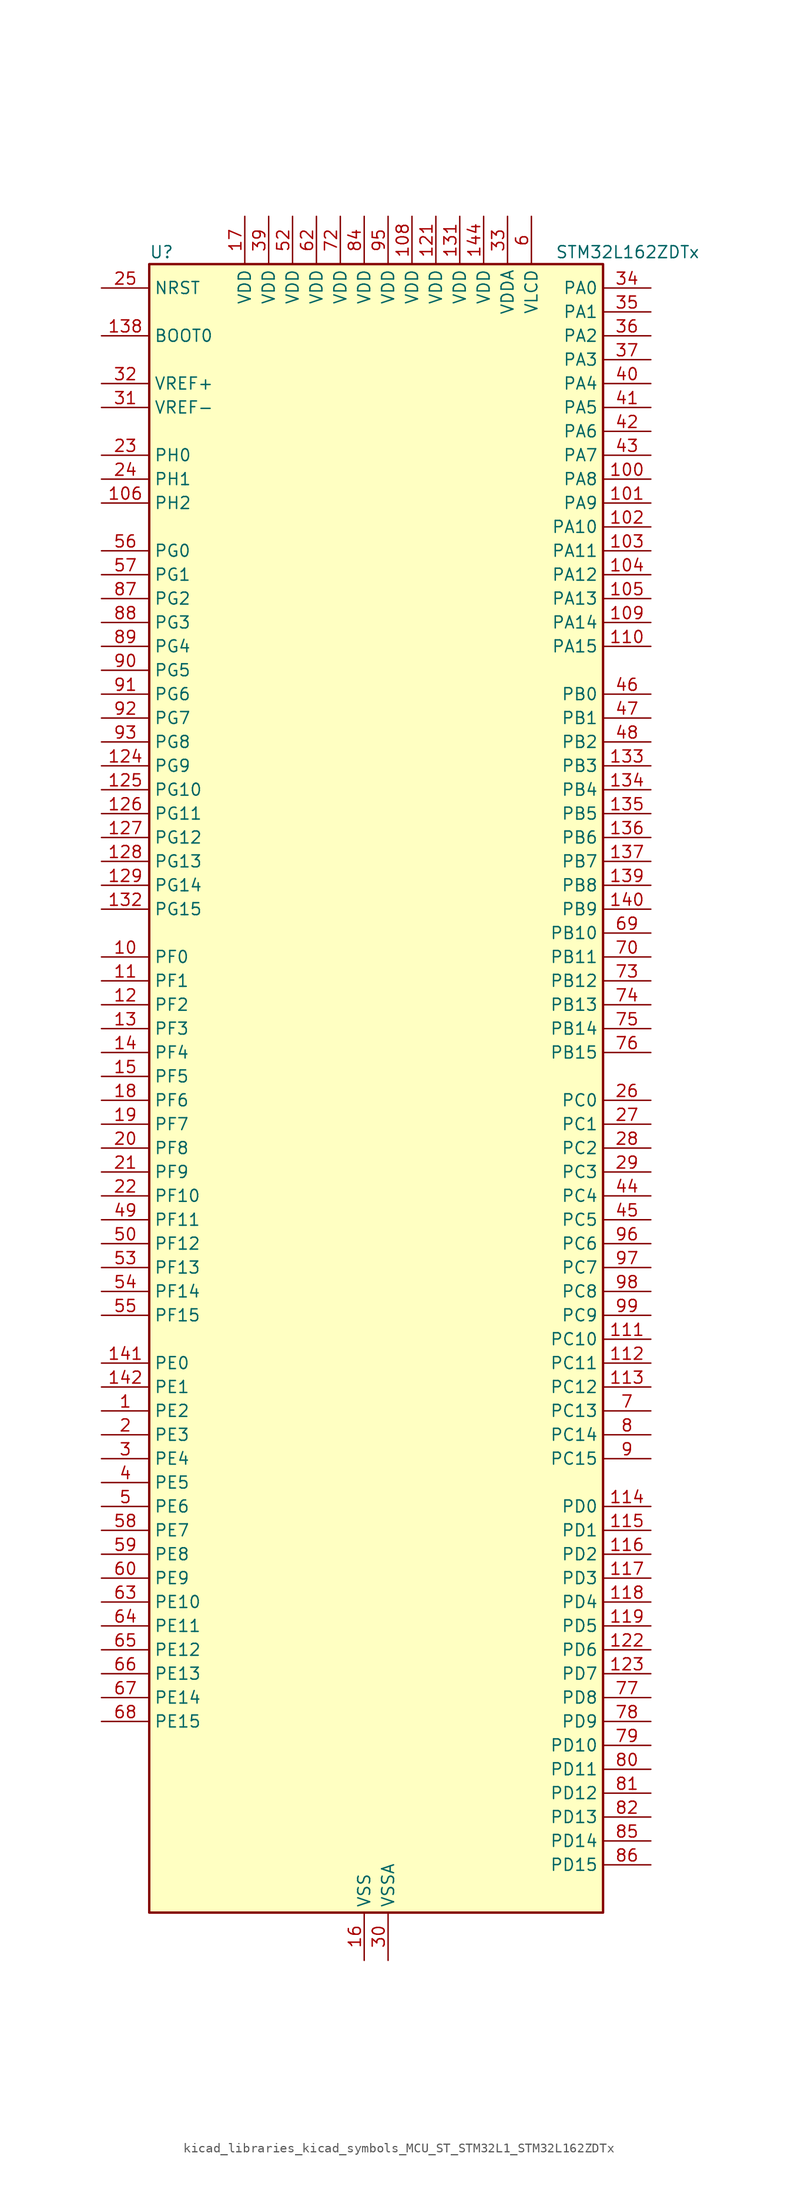
<source format=kicad_sym>
(kicad_symbol_lib
  (version 20220914)
  (generator kicad_symbol_editor)
  (symbol "kicad_libraries_kicad_symbols_MCU_ST_STM32L1_STM32L162ZDTx"
    (property "Reference" "U"
      (at -22.86 90.17 0)
      (effects (font (size 1.27 1.27)) (justify left)))
    (property "Value" "STM32L162ZDTx"
      (at 20.32 90.17 0)
      (effects (font (size 1.27 1.27)) (justify left)))
    (property "ki_locked" ""
      (at 0 0 0)
      (effects (font (size 1.27 1.27))))
    (symbol "kicad_libraries_kicad_symbols_MCU_ST_STM32L1_STM32L162ZDTx_0_1"
      (rectangle (start -22.86 -86.36) (end 25.4 88.9) (stroke (width 0.254) (type default)) (fill (type background))))
    (symbol "kicad_libraries_kicad_symbols_MCU_ST_STM32L1_STM32L162ZDTx_1_1"
      (pin bidirectional line (at -27.94 -33.02 0) (length 5.08) (name "PE2" (effects (font (size 1.27 1.27)))) (number "1" (effects (font (size 1.27 1.27)))) (alternate "FSMC_A23" bidirectional line) (alternate "LCD_SEG38" bidirectional line) (alternate "SYS_TRACECK" bidirectional line) (alternate "TIM3_ETR" bidirectional line) (alternate "TIMX_IC3" bidirectional line))
      (pin bidirectional line (at -27.94 15.24 0) (length 5.08) (name "PF0" (effects (font (size 1.27 1.27)))) (number "10" (effects (font (size 1.27 1.27)))) (alternate "FSMC_A0" bidirectional line))
      (pin bidirectional line (at 30.48 66.04 180) (length 5.08) (name "PA8" (effects (font (size 1.27 1.27)))) (number "100" (effects (font (size 1.27 1.27)))) (alternate "LCD_COM0" bidirectional line) (alternate "RCC_MCO" bidirectional line) (alternate "TIMX_IC1" bidirectional line) (alternate "TS_G4_IO1" bidirectional line) (alternate "USART1_CK" bidirectional line))
      (pin bidirectional line (at 30.48 63.5 180) (length 5.08) (name "PA9" (effects (font (size 1.27 1.27)))) (number "101" (effects (font (size 1.27 1.27)))) (alternate "DAC_EXTI9" bidirectional line) (alternate "LCD_COM1" bidirectional line) (alternate "TIMX_IC2" bidirectional line) (alternate "TS_G4_IO2" bidirectional line) (alternate "USART1_TX" bidirectional line))
      (pin bidirectional line (at 30.48 60.96 180) (length 5.08) (name "PA10" (effects (font (size 1.27 1.27)))) (number "102" (effects (font (size 1.27 1.27)))) (alternate "LCD_COM2" bidirectional line) (alternate "TIMX_IC3" bidirectional line) (alternate "TS_G4_IO3" bidirectional line) (alternate "USART1_RX" bidirectional line))
      (pin bidirectional line (at 30.48 58.42 180) (length 5.08) (name "PA11" (effects (font (size 1.27 1.27)))) (number "103" (effects (font (size 1.27 1.27)))) (alternate "ADC_EXTI11" bidirectional line) (alternate "SPI1_MISO" bidirectional line) (alternate "TIMX_IC4" bidirectional line) (alternate "USART1_CTS" bidirectional line) (alternate "USB_DM" bidirectional line))
      (pin bidirectional line (at 30.48 55.88 180) (length 5.08) (name "PA12" (effects (font (size 1.27 1.27)))) (number "104" (effects (font (size 1.27 1.27)))) (alternate "SPI1_MOSI" bidirectional line) (alternate "TIMX_IC1" bidirectional line) (alternate "USART1_RTS" bidirectional line) (alternate "USB_DP" bidirectional line))
      (pin bidirectional line (at 30.48 53.34 180) (length 5.08) (name "PA13" (effects (font (size 1.27 1.27)))) (number "105" (effects (font (size 1.27 1.27)))) (alternate "SYS_JTMS-SWDIO" bidirectional line) (alternate "TIMX_IC2" bidirectional line) (alternate "TS_G5_IO1" bidirectional line))
      (pin bidirectional line (at -27.94 63.5 0) (length 5.08) (name "PH2" (effects (font (size 1.27 1.27)))) (number "106" (effects (font (size 1.27 1.27)))) (alternate "FSMC_A22" bidirectional line))
      (pin passive line (at 0 -91.44 90) (length 5.08) hide (name "VSS" (effects (font (size 1.27 1.27)))) (number "107" (effects (font (size 1.27 1.27)))))
      (pin power_in line (at 5.08 93.98 270) (length 5.08) (name "VDD" (effects (font (size 1.27 1.27)))) (number "108" (effects (font (size 1.27 1.27)))))
      (pin bidirectional line (at 30.48 50.8 180) (length 5.08) (name "PA14" (effects (font (size 1.27 1.27)))) (number "109" (effects (font (size 1.27 1.27)))) (alternate "SYS_JTCK-SWCLK" bidirectional line) (alternate "TIMX_IC3" bidirectional line) (alternate "TS_G5_IO2" bidirectional line))
      (pin bidirectional line (at -27.94 12.7 0) (length 5.08) (name "PF1" (effects (font (size 1.27 1.27)))) (number "11" (effects (font (size 1.27 1.27)))) (alternate "FSMC_A1" bidirectional line))
      (pin bidirectional line (at 30.48 48.26 180) (length 5.08) (name "PA15" (effects (font (size 1.27 1.27)))) (number "110" (effects (font (size 1.27 1.27)))) (alternate "ADC_EXTI15" bidirectional line) (alternate "I2S3_WS" bidirectional line) (alternate "LCD_SEG17" bidirectional line) (alternate "SPI1_NSS" bidirectional line) (alternate "SPI3_NSS" bidirectional line) (alternate "SYS_JTDI" bidirectional line) (alternate "TIM2_CH1" bidirectional line) (alternate "TIM2_ETR" bidirectional line) (alternate "TIMX_IC4" bidirectional line) (alternate "TS_G5_IO3" bidirectional line))
      (pin bidirectional line (at 30.48 -25.4 180) (length 5.08) (name "PC10" (effects (font (size 1.27 1.27)))) (number "111" (effects (font (size 1.27 1.27)))) (alternate "I2S3_CK" bidirectional line) (alternate "LCD_COM4" bidirectional line) (alternate "LCD_SEG28" bidirectional line) (alternate "LCD_SEG40" bidirectional line) (alternate "SDIO_D2" bidirectional line) (alternate "SPI3_SCK" bidirectional line) (alternate "TIMX_IC3" bidirectional line) (alternate "UART4_TX" bidirectional line) (alternate "USART3_TX" bidirectional line))
      (pin bidirectional line (at 30.48 -27.94 180) (length 5.08) (name "PC11" (effects (font (size 1.27 1.27)))) (number "112" (effects (font (size 1.27 1.27)))) (alternate "ADC_EXTI11" bidirectional line) (alternate "LCD_COM5" bidirectional line) (alternate "LCD_SEG29" bidirectional line) (alternate "LCD_SEG41" bidirectional line) (alternate "SDIO_D3" bidirectional line) (alternate "SPI3_MISO" bidirectional line) (alternate "TIMX_IC4" bidirectional line) (alternate "UART4_RX" bidirectional line) (alternate "USART3_RX" bidirectional line))
      (pin bidirectional line (at 30.48 -30.48 180) (length 5.08) (name "PC12" (effects (font (size 1.27 1.27)))) (number "113" (effects (font (size 1.27 1.27)))) (alternate "I2S3_SD" bidirectional line) (alternate "LCD_COM6" bidirectional line) (alternate "LCD_SEG30" bidirectional line) (alternate "LCD_SEG42" bidirectional line) (alternate "SDIO_CK" bidirectional line) (alternate "SPI3_MOSI" bidirectional line) (alternate "TIMX_IC1" bidirectional line) (alternate "UART5_TX" bidirectional line) (alternate "USART3_CK" bidirectional line))
      (pin bidirectional line (at 30.48 -43.18 180) (length 5.08) (name "PD0" (effects (font (size 1.27 1.27)))) (number "114" (effects (font (size 1.27 1.27)))) (alternate "FSMC_D2" bidirectional line) (alternate "FSMC_DA2" bidirectional line) (alternate "I2S2_WS" bidirectional line) (alternate "SPI2_NSS" bidirectional line) (alternate "TIM9_CH1" bidirectional line) (alternate "TIMX_IC1" bidirectional line))
      (pin bidirectional line (at 30.48 -45.72 180) (length 5.08) (name "PD1" (effects (font (size 1.27 1.27)))) (number "115" (effects (font (size 1.27 1.27)))) (alternate "FSMC_D3" bidirectional line) (alternate "FSMC_DA3" bidirectional line) (alternate "I2S2_CK" bidirectional line) (alternate "SPI2_SCK" bidirectional line) (alternate "TIMX_IC2" bidirectional line))
      (pin bidirectional line (at 30.48 -48.26 180) (length 5.08) (name "PD2" (effects (font (size 1.27 1.27)))) (number "116" (effects (font (size 1.27 1.27)))) (alternate "LCD_COM7" bidirectional line) (alternate "LCD_SEG31" bidirectional line) (alternate "LCD_SEG43" bidirectional line) (alternate "SDIO_CMD" bidirectional line) (alternate "TIM3_ETR" bidirectional line) (alternate "TIMX_IC3" bidirectional line) (alternate "UART5_RX" bidirectional line))
      (pin bidirectional line (at 30.48 -50.8 180) (length 5.08) (name "PD3" (effects (font (size 1.27 1.27)))) (number "117" (effects (font (size 1.27 1.27)))) (alternate "FSMC_CLK" bidirectional line) (alternate "SPI2_MISO" bidirectional line) (alternate "TIMX_IC4" bidirectional line) (alternate "USART2_CTS" bidirectional line))
      (pin bidirectional line (at 30.48 -53.34 180) (length 5.08) (name "PD4" (effects (font (size 1.27 1.27)))) (number "118" (effects (font (size 1.27 1.27)))) (alternate "FSMC_NOE" bidirectional line) (alternate "I2S2_SD" bidirectional line) (alternate "SPI2_MOSI" bidirectional line) (alternate "TIMX_IC1" bidirectional line) (alternate "USART2_RTS" bidirectional line))
      (pin bidirectional line (at 30.48 -55.88 180) (length 5.08) (name "PD5" (effects (font (size 1.27 1.27)))) (number "119" (effects (font (size 1.27 1.27)))) (alternate "FSMC_NWE" bidirectional line) (alternate "TIMX_IC2" bidirectional line) (alternate "USART2_TX" bidirectional line))
      (pin bidirectional line (at -27.94 10.16 0) (length 5.08) (name "PF2" (effects (font (size 1.27 1.27)))) (number "12" (effects (font (size 1.27 1.27)))) (alternate "FSMC_A2" bidirectional line))
      (pin passive line (at 0 -91.44 90) (length 5.08) hide (name "VSS" (effects (font (size 1.27 1.27)))) (number "120" (effects (font (size 1.27 1.27)))))
      (pin power_in line (at 7.62 93.98 270) (length 5.08) (name "VDD" (effects (font (size 1.27 1.27)))) (number "121" (effects (font (size 1.27 1.27)))))
      (pin bidirectional line (at 30.48 -58.42 180) (length 5.08) (name "PD6" (effects (font (size 1.27 1.27)))) (number "122" (effects (font (size 1.27 1.27)))) (alternate "FSMC_NWAIT" bidirectional line) (alternate "TIMX_IC3" bidirectional line) (alternate "USART2_RX" bidirectional line))
      (pin bidirectional line (at 30.48 -60.96 180) (length 5.08) (name "PD7" (effects (font (size 1.27 1.27)))) (number "123" (effects (font (size 1.27 1.27)))) (alternate "FSMC_NE1" bidirectional line) (alternate "TIM9_CH2" bidirectional line) (alternate "TIMX_IC4" bidirectional line) (alternate "USART2_CK" bidirectional line))
      (pin bidirectional line (at -27.94 35.56 0) (length 5.08) (name "PG9" (effects (font (size 1.27 1.27)))) (number "124" (effects (font (size 1.27 1.27)))) (alternate "DAC_EXTI9" bidirectional line) (alternate "FSMC_NE2" bidirectional line))
      (pin bidirectional line (at -27.94 33.02 0) (length 5.08) (name "PG10" (effects (font (size 1.27 1.27)))) (number "125" (effects (font (size 1.27 1.27)))) (alternate "FSMC_NE3" bidirectional line))
      (pin bidirectional line (at -27.94 30.48 0) (length 5.08) (name "PG11" (effects (font (size 1.27 1.27)))) (number "126" (effects (font (size 1.27 1.27)))) (alternate "ADC_EXTI11" bidirectional line))
      (pin bidirectional line (at -27.94 27.94 0) (length 5.08) (name "PG12" (effects (font (size 1.27 1.27)))) (number "127" (effects (font (size 1.27 1.27)))) (alternate "FSMC_NE4" bidirectional line))
      (pin bidirectional line (at -27.94 25.4 0) (length 5.08) (name "PG13" (effects (font (size 1.27 1.27)))) (number "128" (effects (font (size 1.27 1.27)))) (alternate "FSMC_A24" bidirectional line))
      (pin bidirectional line (at -27.94 22.86 0) (length 5.08) (name "PG14" (effects (font (size 1.27 1.27)))) (number "129" (effects (font (size 1.27 1.27)))) (alternate "FSMC_A25" bidirectional line))
      (pin bidirectional line (at -27.94 7.62 0) (length 5.08) (name "PF3" (effects (font (size 1.27 1.27)))) (number "13" (effects (font (size 1.27 1.27)))) (alternate "FSMC_A3" bidirectional line))
      (pin passive line (at 0 -91.44 90) (length 5.08) hide (name "VSS" (effects (font (size 1.27 1.27)))) (number "130" (effects (font (size 1.27 1.27)))))
      (pin power_in line (at 10.16 93.98 270) (length 5.08) (name "VDD" (effects (font (size 1.27 1.27)))) (number "131" (effects (font (size 1.27 1.27)))))
      (pin bidirectional line (at -27.94 20.32 0) (length 5.08) (name "PG15" (effects (font (size 1.27 1.27)))) (number "132" (effects (font (size 1.27 1.27)))) (alternate "ADC_EXTI15" bidirectional line))
      (pin bidirectional line (at 30.48 35.56 180) (length 5.08) (name "PB3" (effects (font (size 1.27 1.27)))) (number "133" (effects (font (size 1.27 1.27)))) (alternate "COMP2_INM" bidirectional line) (alternate "I2S3_CK" bidirectional line) (alternate "LCD_SEG7" bidirectional line) (alternate "SPI1_SCK" bidirectional line) (alternate "SPI3_SCK" bidirectional line) (alternate "SYS_JTDO-TRACESWO" bidirectional line) (alternate "TIM2_CH2" bidirectional line))
      (pin bidirectional line (at 30.48 33.02 180) (length 5.08) (name "PB4" (effects (font (size 1.27 1.27)))) (number "134" (effects (font (size 1.27 1.27)))) (alternate "COMP2_INP" bidirectional line) (alternate "LCD_SEG8" bidirectional line) (alternate "SPI1_MISO" bidirectional line) (alternate "SPI3_MISO" bidirectional line) (alternate "SYS_JTRST" bidirectional line) (alternate "TIM3_CH1" bidirectional line) (alternate "TS_G6_IO1" bidirectional line))
      (pin bidirectional line (at 30.48 30.48 180) (length 5.08) (name "PB5" (effects (font (size 1.27 1.27)))) (number "135" (effects (font (size 1.27 1.27)))) (alternate "COMP2_INP" bidirectional line) (alternate "I2C1_SMBA" bidirectional line) (alternate "I2S3_SD" bidirectional line) (alternate "LCD_SEG9" bidirectional line) (alternate "SPI1_MOSI" bidirectional line) (alternate "SPI3_MOSI" bidirectional line) (alternate "TIM3_CH2" bidirectional line) (alternate "TS_G6_IO2" bidirectional line))
      (pin bidirectional line (at 30.48 27.94 180) (length 5.08) (name "PB6" (effects (font (size 1.27 1.27)))) (number "136" (effects (font (size 1.27 1.27)))) (alternate "COMP2_INP" bidirectional line) (alternate "I2C1_SCL" bidirectional line) (alternate "TIM4_CH1" bidirectional line) (alternate "TS_G6_IO3" bidirectional line) (alternate "USART1_TX" bidirectional line))
      (pin bidirectional line (at 30.48 25.4 180) (length 5.08) (name "PB7" (effects (font (size 1.27 1.27)))) (number "137" (effects (font (size 1.27 1.27)))) (alternate "COMP2_INP" bidirectional line) (alternate "FSMC_NL" bidirectional line) (alternate "I2C1_SDA" bidirectional line) (alternate "SYS_PVD_IN" bidirectional line) (alternate "TIM4_CH2" bidirectional line) (alternate "TS_G6_IO4" bidirectional line) (alternate "USART1_RX" bidirectional line))
      (pin input line (at -27.94 81.28 0) (length 5.08) (name "BOOT0" (effects (font (size 1.27 1.27)))) (number "138" (effects (font (size 1.27 1.27)))))
      (pin bidirectional line (at 30.48 22.86 180) (length 5.08) (name "PB8" (effects (font (size 1.27 1.27)))) (number "139" (effects (font (size 1.27 1.27)))) (alternate "I2C1_SCL" bidirectional line) (alternate "LCD_SEG16" bidirectional line) (alternate "SDIO_D4" bidirectional line) (alternate "TIM10_CH1" bidirectional line) (alternate "TIM4_CH3" bidirectional line))
      (pin bidirectional line (at -27.94 5.08 0) (length 5.08) (name "PF4" (effects (font (size 1.27 1.27)))) (number "14" (effects (font (size 1.27 1.27)))) (alternate "FSMC_A4" bidirectional line))
      (pin bidirectional line (at 30.48 20.32 180) (length 5.08) (name "PB9" (effects (font (size 1.27 1.27)))) (number "140" (effects (font (size 1.27 1.27)))) (alternate "DAC_EXTI9" bidirectional line) (alternate "I2C1_SDA" bidirectional line) (alternate "LCD_COM3" bidirectional line) (alternate "SDIO_D5" bidirectional line) (alternate "TIM11_CH1" bidirectional line) (alternate "TIM4_CH4" bidirectional line))
      (pin bidirectional line (at -27.94 -27.94 0) (length 5.08) (name "PE0" (effects (font (size 1.27 1.27)))) (number "141" (effects (font (size 1.27 1.27)))) (alternate "FSMC_NBL0" bidirectional line) (alternate "LCD_SEG36" bidirectional line) (alternate "TIM10_CH1" bidirectional line) (alternate "TIM4_ETR" bidirectional line) (alternate "TIMX_IC1" bidirectional line))
      (pin bidirectional line (at -27.94 -30.48 0) (length 5.08) (name "PE1" (effects (font (size 1.27 1.27)))) (number "142" (effects (font (size 1.27 1.27)))) (alternate "FSMC_NBL1" bidirectional line) (alternate "LCD_SEG37" bidirectional line) (alternate "TIM11_CH1" bidirectional line) (alternate "TIMX_IC2" bidirectional line))
      (pin passive line (at 0 -91.44 90) (length 5.08) hide (name "VSS" (effects (font (size 1.27 1.27)))) (number "143" (effects (font (size 1.27 1.27)))))
      (pin power_in line (at 12.7 93.98 270) (length 5.08) (name "VDD" (effects (font (size 1.27 1.27)))) (number "144" (effects (font (size 1.27 1.27)))))
      (pin bidirectional line (at -27.94 2.54 0) (length 5.08) (name "PF5" (effects (font (size 1.27 1.27)))) (number "15" (effects (font (size 1.27 1.27)))) (alternate "FSMC_A5" bidirectional line))
      (pin power_in line (at 0 -91.44 90) (length 5.08) (name "VSS" (effects (font (size 1.27 1.27)))) (number "16" (effects (font (size 1.27 1.27)))))
      (pin power_in line (at -12.7 93.98 270) (length 5.08) (name "VDD" (effects (font (size 1.27 1.27)))) (number "17" (effects (font (size 1.27 1.27)))))
      (pin bidirectional line (at -27.94 0 0) (length 5.08) (name "PF6" (effects (font (size 1.27 1.27)))) (number "18" (effects (font (size 1.27 1.27)))) (alternate "ADC_IN27" bidirectional line) (alternate "TIM5_CH1" bidirectional line) (alternate "TIM5_ETR" bidirectional line) (alternate "TS_G11_IO1" bidirectional line))
      (pin bidirectional line (at -27.94 -2.54 0) (length 5.08) (name "PF7" (effects (font (size 1.27 1.27)))) (number "19" (effects (font (size 1.27 1.27)))) (alternate "ADC_IN28" bidirectional line) (alternate "COMP1_INP" bidirectional line) (alternate "TIM5_CH2" bidirectional line) (alternate "TS_G11_IO2" bidirectional line))
      (pin bidirectional line (at -27.94 -35.56 0) (length 5.08) (name "PE3" (effects (font (size 1.27 1.27)))) (number "2" (effects (font (size 1.27 1.27)))) (alternate "FSMC_A19" bidirectional line) (alternate "LCD_SEG39" bidirectional line) (alternate "SYS_TRACED0" bidirectional line) (alternate "TIM3_CH1" bidirectional line) (alternate "TIMX_IC4" bidirectional line))
      (pin bidirectional line (at -27.94 -5.08 0) (length 5.08) (name "PF8" (effects (font (size 1.27 1.27)))) (number "20" (effects (font (size 1.27 1.27)))) (alternate "ADC_IN29" bidirectional line) (alternate "COMP1_INP" bidirectional line) (alternate "TIM5_CH3" bidirectional line) (alternate "TS_G11_IO3" bidirectional line))
      (pin bidirectional line (at -27.94 -7.62 0) (length 5.08) (name "PF9" (effects (font (size 1.27 1.27)))) (number "21" (effects (font (size 1.27 1.27)))) (alternate "ADC_IN30" bidirectional line) (alternate "COMP1_INP" bidirectional line) (alternate "DAC_EXTI9" bidirectional line) (alternate "TIM5_CH4" bidirectional line) (alternate "TS_G11_IO4" bidirectional line))
      (pin bidirectional line (at -27.94 -10.16 0) (length 5.08) (name "PF10" (effects (font (size 1.27 1.27)))) (number "22" (effects (font (size 1.27 1.27)))) (alternate "ADC_IN31" bidirectional line) (alternate "COMP1_INP" bidirectional line) (alternate "TS_G11_IO5" bidirectional line))
      (pin bidirectional line (at -27.94 68.58 0) (length 5.08) (name "PH0" (effects (font (size 1.27 1.27)))) (number "23" (effects (font (size 1.27 1.27)))) (alternate "RCC_OSC_IN" bidirectional line))
      (pin bidirectional line (at -27.94 66.04 0) (length 5.08) (name "PH1" (effects (font (size 1.27 1.27)))) (number "24" (effects (font (size 1.27 1.27)))) (alternate "RCC_OSC_OUT" bidirectional line))
      (pin input line (at -27.94 86.36 0) (length 5.08) (name "NRST" (effects (font (size 1.27 1.27)))) (number "25" (effects (font (size 1.27 1.27)))))
      (pin bidirectional line (at 30.48 0 180) (length 5.08) (name "PC0" (effects (font (size 1.27 1.27)))) (number "26" (effects (font (size 1.27 1.27)))) (alternate "ADC_IN10" bidirectional line) (alternate "COMP1_INP" bidirectional line) (alternate "LCD_SEG18" bidirectional line) (alternate "TIMX_IC1" bidirectional line) (alternate "TS_G8_IO1" bidirectional line))
      (pin bidirectional line (at 30.48 -2.54 180) (length 5.08) (name "PC1" (effects (font (size 1.27 1.27)))) (number "27" (effects (font (size 1.27 1.27)))) (alternate "ADC_IN11" bidirectional line) (alternate "COMP1_INP" bidirectional line) (alternate "LCD_SEG19" bidirectional line) (alternate "OPAMP3_VINP" bidirectional line) (alternate "TIMX_IC2" bidirectional line) (alternate "TS_G8_IO2" bidirectional line))
      (pin bidirectional line (at 30.48 -5.08 180) (length 5.08) (name "PC2" (effects (font (size 1.27 1.27)))) (number "28" (effects (font (size 1.27 1.27)))) (alternate "ADC_IN12" bidirectional line) (alternate "COMP1_INP" bidirectional line) (alternate "LCD_SEG20" bidirectional line) (alternate "OPAMP3_VINM" bidirectional line) (alternate "TIMX_IC3" bidirectional line) (alternate "TS_G8_IO3" bidirectional line))
      (pin bidirectional line (at 30.48 -7.62 180) (length 5.08) (name "PC3" (effects (font (size 1.27 1.27)))) (number "29" (effects (font (size 1.27 1.27)))) (alternate "ADC_IN13" bidirectional line) (alternate "COMP1_INP" bidirectional line) (alternate "LCD_SEG21" bidirectional line) (alternate "OPAMP3_VOUT" bidirectional line) (alternate "TIMX_IC4" bidirectional line) (alternate "TS_G8_IO4" bidirectional line))
      (pin bidirectional line (at -27.94 -38.1 0) (length 5.08) (name "PE4" (effects (font (size 1.27 1.27)))) (number "3" (effects (font (size 1.27 1.27)))) (alternate "FSMC_A20" bidirectional line) (alternate "SYS_TRACED1" bidirectional line) (alternate "TIM3_CH2" bidirectional line) (alternate "TIMX_IC1" bidirectional line))
      (pin power_in line (at 2.54 -91.44 90) (length 5.08) (name "VSSA" (effects (font (size 1.27 1.27)))) (number "30" (effects (font (size 1.27 1.27)))))
      (pin input line (at -27.94 73.66 0) (length 5.08) (name "VREF-" (effects (font (size 1.27 1.27)))) (number "31" (effects (font (size 1.27 1.27)))))
      (pin input line (at -27.94 76.2 0) (length 5.08) (name "VREF+" (effects (font (size 1.27 1.27)))) (number "32" (effects (font (size 1.27 1.27)))))
      (pin power_in line (at 15.24 93.98 270) (length 5.08) (name "VDDA" (effects (font (size 1.27 1.27)))) (number "33" (effects (font (size 1.27 1.27)))))
      (pin bidirectional line (at 30.48 86.36 180) (length 5.08) (name "PA0" (effects (font (size 1.27 1.27)))) (number "34" (effects (font (size 1.27 1.27)))) (alternate "ADC_IN0" bidirectional line) (alternate "COMP1_INP" bidirectional line) (alternate "RTC_TAMP2" bidirectional line) (alternate "SYS_WKUP1" bidirectional line) (alternate "TIM2_CH1" bidirectional line) (alternate "TIM2_ETR" bidirectional line) (alternate "TIM5_CH1" bidirectional line) (alternate "TIMX_IC1" bidirectional line) (alternate "TS_G1_IO1" bidirectional line) (alternate "USART2_CTS" bidirectional line))
      (pin bidirectional line (at 30.48 83.82 180) (length 5.08) (name "PA1" (effects (font (size 1.27 1.27)))) (number "35" (effects (font (size 1.27 1.27)))) (alternate "ADC_IN1" bidirectional line) (alternate "COMP1_INP" bidirectional line) (alternate "LCD_SEG0" bidirectional line) (alternate "OPAMP1_VINP" bidirectional line) (alternate "TIM2_CH2" bidirectional line) (alternate "TIM5_CH2" bidirectional line) (alternate "TIMX_IC2" bidirectional line) (alternate "TS_G1_IO2" bidirectional line) (alternate "USART2_RTS" bidirectional line))
      (pin bidirectional line (at 30.48 81.28 180) (length 5.08) (name "PA2" (effects (font (size 1.27 1.27)))) (number "36" (effects (font (size 1.27 1.27)))) (alternate "ADC_IN2" bidirectional line) (alternate "COMP1_INP" bidirectional line) (alternate "LCD_SEG1" bidirectional line) (alternate "OPAMP1_VINM" bidirectional line) (alternate "TIM2_CH3" bidirectional line) (alternate "TIM5_CH3" bidirectional line) (alternate "TIM9_CH1" bidirectional line) (alternate "TIMX_IC3" bidirectional line) (alternate "TS_G1_IO3" bidirectional line) (alternate "USART2_TX" bidirectional line))
      (pin bidirectional line (at 30.48 78.74 180) (length 5.08) (name "PA3" (effects (font (size 1.27 1.27)))) (number "37" (effects (font (size 1.27 1.27)))) (alternate "ADC_IN3" bidirectional line) (alternate "COMP1_INP" bidirectional line) (alternate "LCD_SEG2" bidirectional line) (alternate "OPAMP1_VOUT" bidirectional line) (alternate "TIM2_CH4" bidirectional line) (alternate "TIM5_CH4" bidirectional line) (alternate "TIM9_CH2" bidirectional line) (alternate "TIMX_IC4" bidirectional line) (alternate "TS_G1_IO4" bidirectional line) (alternate "USART2_RX" bidirectional line))
      (pin passive line (at 0 -91.44 90) (length 5.08) hide (name "VSS" (effects (font (size 1.27 1.27)))) (number "38" (effects (font (size 1.27 1.27)))))
      (pin power_in line (at -10.16 93.98 270) (length 5.08) (name "VDD" (effects (font (size 1.27 1.27)))) (number "39" (effects (font (size 1.27 1.27)))))
      (pin bidirectional line (at -27.94 -40.64 0) (length 5.08) (name "PE5" (effects (font (size 1.27 1.27)))) (number "4" (effects (font (size 1.27 1.27)))) (alternate "FSMC_A21" bidirectional line) (alternate "SYS_TRACED2" bidirectional line) (alternate "TIM9_CH1" bidirectional line) (alternate "TIMX_IC2" bidirectional line))
      (pin bidirectional line (at 30.48 76.2 180) (length 5.08) (name "PA4" (effects (font (size 1.27 1.27)))) (number "40" (effects (font (size 1.27 1.27)))) (alternate "ADC_IN4" bidirectional line) (alternate "COMP1_INP" bidirectional line) (alternate "DAC_OUT1" bidirectional line) (alternate "I2S3_WS" bidirectional line) (alternate "SPI1_NSS" bidirectional line) (alternate "SPI3_NSS" bidirectional line) (alternate "TIMX_IC1" bidirectional line) (alternate "USART2_CK" bidirectional line))
      (pin bidirectional line (at 30.48 73.66 180) (length 5.08) (name "PA5" (effects (font (size 1.27 1.27)))) (number "41" (effects (font (size 1.27 1.27)))) (alternate "ADC_IN5" bidirectional line) (alternate "COMP1_INP" bidirectional line) (alternate "DAC_OUT2" bidirectional line) (alternate "SPI1_SCK" bidirectional line) (alternate "TIM2_CH1" bidirectional line) (alternate "TIM2_ETR" bidirectional line) (alternate "TIMX_IC2" bidirectional line))
      (pin bidirectional line (at 30.48 71.12 180) (length 5.08) (name "PA6" (effects (font (size 1.27 1.27)))) (number "42" (effects (font (size 1.27 1.27)))) (alternate "ADC_IN6" bidirectional line) (alternate "COMP1_INP" bidirectional line) (alternate "LCD_SEG3" bidirectional line) (alternate "OPAMP2_VINP" bidirectional line) (alternate "SPI1_MISO" bidirectional line) (alternate "TIM10_CH1" bidirectional line) (alternate "TIM3_CH1" bidirectional line) (alternate "TIMX_IC3" bidirectional line) (alternate "TS_G2_IO1" bidirectional line))
      (pin bidirectional line (at 30.48 68.58 180) (length 5.08) (name "PA7" (effects (font (size 1.27 1.27)))) (number "43" (effects (font (size 1.27 1.27)))) (alternate "ADC_IN7" bidirectional line) (alternate "COMP1_INP" bidirectional line) (alternate "LCD_SEG4" bidirectional line) (alternate "OPAMP2_VINM" bidirectional line) (alternate "SPI1_MOSI" bidirectional line) (alternate "TIM11_CH1" bidirectional line) (alternate "TIM3_CH2" bidirectional line) (alternate "TIMX_IC4" bidirectional line) (alternate "TS_G2_IO2" bidirectional line))
      (pin bidirectional line (at 30.48 -10.16 180) (length 5.08) (name "PC4" (effects (font (size 1.27 1.27)))) (number "44" (effects (font (size 1.27 1.27)))) (alternate "ADC_IN14" bidirectional line) (alternate "COMP1_INP" bidirectional line) (alternate "LCD_SEG22" bidirectional line) (alternate "TIMX_IC1" bidirectional line) (alternate "TS_G9_IO1" bidirectional line))
      (pin bidirectional line (at 30.48 -12.7 180) (length 5.08) (name "PC5" (effects (font (size 1.27 1.27)))) (number "45" (effects (font (size 1.27 1.27)))) (alternate "ADC_IN15" bidirectional line) (alternate "COMP1_INP" bidirectional line) (alternate "LCD_SEG23" bidirectional line) (alternate "TIMX_IC2" bidirectional line) (alternate "TS_G9_IO2" bidirectional line))
      (pin bidirectional line (at 30.48 43.18 180) (length 5.08) (name "PB0" (effects (font (size 1.27 1.27)))) (number "46" (effects (font (size 1.27 1.27)))) (alternate "ADC_IN8" bidirectional line) (alternate "COMP1_INP" bidirectional line) (alternate "LCD_SEG5" bidirectional line) (alternate "OPAMP2_VOUT" bidirectional line) (alternate "SYS_V_REF_OUT" bidirectional line) (alternate "TIM3_CH3" bidirectional line) (alternate "TS_G3_IO1" bidirectional line))
      (pin bidirectional line (at 30.48 40.64 180) (length 5.08) (name "PB1" (effects (font (size 1.27 1.27)))) (number "47" (effects (font (size 1.27 1.27)))) (alternate "ADC_IN9" bidirectional line) (alternate "COMP1_INP" bidirectional line) (alternate "LCD_SEG6" bidirectional line) (alternate "SYS_V_REF_OUT" bidirectional line) (alternate "TIM3_CH4" bidirectional line) (alternate "TS_G3_IO2" bidirectional line))
      (pin bidirectional line (at 30.48 38.1 180) (length 5.08) (name "PB2" (effects (font (size 1.27 1.27)))) (number "48" (effects (font (size 1.27 1.27)))) (alternate "ADC_IN0b" bidirectional line) (alternate "TS_G3_IO3" bidirectional line))
      (pin bidirectional line (at -27.94 -12.7 0) (length 5.08) (name "PF11" (effects (font (size 1.27 1.27)))) (number "49" (effects (font (size 1.27 1.27)))) (alternate "ADC_EXTI11" bidirectional line) (alternate "ADC_IN1b" bidirectional line) (alternate "TS_G3_IO4" bidirectional line))
      (pin bidirectional line (at -27.94 -43.18 0) (length 5.08) (name "PE6" (effects (font (size 1.27 1.27)))) (number "5" (effects (font (size 1.27 1.27)))) (alternate "RTC_TAMP3" bidirectional line) (alternate "SYS_TRACED3" bidirectional line) (alternate "SYS_WKUP3" bidirectional line) (alternate "TIM9_CH2" bidirectional line) (alternate "TIMX_IC3" bidirectional line))
      (pin bidirectional line (at -27.94 -15.24 0) (length 5.08) (name "PF12" (effects (font (size 1.27 1.27)))) (number "50" (effects (font (size 1.27 1.27)))) (alternate "ADC_IN2b" bidirectional line) (alternate "FSMC_A6" bidirectional line) (alternate "TS_G3_IO5" bidirectional line))
      (pin passive line (at 0 -91.44 90) (length 5.08) hide (name "VSS" (effects (font (size 1.27 1.27)))) (number "51" (effects (font (size 1.27 1.27)))))
      (pin power_in line (at -7.62 93.98 270) (length 5.08) (name "VDD" (effects (font (size 1.27 1.27)))) (number "52" (effects (font (size 1.27 1.27)))))
      (pin bidirectional line (at -27.94 -17.78 0) (length 5.08) (name "PF13" (effects (font (size 1.27 1.27)))) (number "53" (effects (font (size 1.27 1.27)))) (alternate "ADC_IN3b" bidirectional line) (alternate "FSMC_A7" bidirectional line) (alternate "TS_G9_IO3" bidirectional line))
      (pin bidirectional line (at -27.94 -20.32 0) (length 5.08) (name "PF14" (effects (font (size 1.27 1.27)))) (number "54" (effects (font (size 1.27 1.27)))) (alternate "ADC_IN6b" bidirectional line) (alternate "FSMC_A8" bidirectional line) (alternate "TS_G9_IO4" bidirectional line))
      (pin bidirectional line (at -27.94 -22.86 0) (length 5.08) (name "PF15" (effects (font (size 1.27 1.27)))) (number "55" (effects (font (size 1.27 1.27)))) (alternate "ADC_EXTI15" bidirectional line) (alternate "ADC_IN7b" bidirectional line) (alternate "FSMC_A9" bidirectional line) (alternate "TS_G2_IO3" bidirectional line))
      (pin bidirectional line (at -27.94 58.42 0) (length 5.08) (name "PG0" (effects (font (size 1.27 1.27)))) (number "56" (effects (font (size 1.27 1.27)))) (alternate "ADC_IN8b" bidirectional line) (alternate "FSMC_A10" bidirectional line) (alternate "TS_G2_IO4" bidirectional line))
      (pin bidirectional line (at -27.94 55.88 0) (length 5.08) (name "PG1" (effects (font (size 1.27 1.27)))) (number "57" (effects (font (size 1.27 1.27)))) (alternate "ADC_IN9b" bidirectional line) (alternate "FSMC_A11" bidirectional line) (alternate "TS_G2_IO5" bidirectional line))
      (pin bidirectional line (at -27.94 -45.72 0) (length 5.08) (name "PE7" (effects (font (size 1.27 1.27)))) (number "58" (effects (font (size 1.27 1.27)))) (alternate "ADC_IN22" bidirectional line) (alternate "COMP1_INP" bidirectional line) (alternate "FSMC_D4" bidirectional line) (alternate "FSMC_DA4" bidirectional line) (alternate "TIMX_IC4" bidirectional line))
      (pin bidirectional line (at -27.94 -48.26 0) (length 5.08) (name "PE8" (effects (font (size 1.27 1.27)))) (number "59" (effects (font (size 1.27 1.27)))) (alternate "ADC_IN23" bidirectional line) (alternate "COMP1_INP" bidirectional line) (alternate "FSMC_D5" bidirectional line) (alternate "FSMC_DA5" bidirectional line) (alternate "TIMX_IC1" bidirectional line))
      (pin power_in line (at 17.78 93.98 270) (length 5.08) (name "VLCD" (effects (font (size 1.27 1.27)))) (number "6" (effects (font (size 1.27 1.27)))))
      (pin bidirectional line (at -27.94 -50.8 0) (length 5.08) (name "PE9" (effects (font (size 1.27 1.27)))) (number "60" (effects (font (size 1.27 1.27)))) (alternate "ADC_IN24" bidirectional line) (alternate "COMP1_INP" bidirectional line) (alternate "DAC_EXTI9" bidirectional line) (alternate "FSMC_D6" bidirectional line) (alternate "FSMC_DA6" bidirectional line) (alternate "TIM2_CH1" bidirectional line) (alternate "TIM2_ETR" bidirectional line) (alternate "TIMX_IC2" bidirectional line))
      (pin passive line (at 0 -91.44 90) (length 5.08) hide (name "VSS" (effects (font (size 1.27 1.27)))) (number "61" (effects (font (size 1.27 1.27)))))
      (pin power_in line (at -5.08 93.98 270) (length 5.08) (name "VDD" (effects (font (size 1.27 1.27)))) (number "62" (effects (font (size 1.27 1.27)))))
      (pin bidirectional line (at -27.94 -53.34 0) (length 5.08) (name "PE10" (effects (font (size 1.27 1.27)))) (number "63" (effects (font (size 1.27 1.27)))) (alternate "ADC_IN25" bidirectional line) (alternate "COMP1_INP" bidirectional line) (alternate "FSMC_D7" bidirectional line) (alternate "FSMC_DA7" bidirectional line) (alternate "TIM2_CH2" bidirectional line) (alternate "TIMX_IC3" bidirectional line))
      (pin bidirectional line (at -27.94 -55.88 0) (length 5.08) (name "PE11" (effects (font (size 1.27 1.27)))) (number "64" (effects (font (size 1.27 1.27)))) (alternate "ADC_EXTI11" bidirectional line) (alternate "FSMC_D8" bidirectional line) (alternate "FSMC_DA8" bidirectional line) (alternate "TIM2_CH3" bidirectional line) (alternate "TIMX_IC4" bidirectional line))
      (pin bidirectional line (at -27.94 -58.42 0) (length 5.08) (name "PE12" (effects (font (size 1.27 1.27)))) (number "65" (effects (font (size 1.27 1.27)))) (alternate "FSMC_D9" bidirectional line) (alternate "FSMC_DA9" bidirectional line) (alternate "SPI1_NSS" bidirectional line) (alternate "TIM2_CH4" bidirectional line) (alternate "TIMX_IC1" bidirectional line))
      (pin bidirectional line (at -27.94 -60.96 0) (length 5.08) (name "PE13" (effects (font (size 1.27 1.27)))) (number "66" (effects (font (size 1.27 1.27)))) (alternate "FSMC_D10" bidirectional line) (alternate "FSMC_DA10" bidirectional line) (alternate "SPI1_SCK" bidirectional line) (alternate "TIMX_IC2" bidirectional line))
      (pin bidirectional line (at -27.94 -63.5 0) (length 5.08) (name "PE14" (effects (font (size 1.27 1.27)))) (number "67" (effects (font (size 1.27 1.27)))) (alternate "FSMC_D11" bidirectional line) (alternate "FSMC_DA11" bidirectional line) (alternate "SPI1_MISO" bidirectional line) (alternate "TIMX_IC3" bidirectional line))
      (pin bidirectional line (at -27.94 -66.04 0) (length 5.08) (name "PE15" (effects (font (size 1.27 1.27)))) (number "68" (effects (font (size 1.27 1.27)))) (alternate "ADC_EXTI15" bidirectional line) (alternate "FSMC_D12" bidirectional line) (alternate "FSMC_DA12" bidirectional line) (alternate "SPI1_MOSI" bidirectional line) (alternate "TIMX_IC4" bidirectional line))
      (pin bidirectional line (at 30.48 17.78 180) (length 5.08) (name "PB10" (effects (font (size 1.27 1.27)))) (number "69" (effects (font (size 1.27 1.27)))) (alternate "I2C2_SCL" bidirectional line) (alternate "LCD_SEG10" bidirectional line) (alternate "TIM2_CH3" bidirectional line) (alternate "USART3_TX" bidirectional line))
      (pin bidirectional line (at 30.48 -33.02 180) (length 5.08) (name "PC13" (effects (font (size 1.27 1.27)))) (number "7" (effects (font (size 1.27 1.27)))) (alternate "RTC_OUT_ALARM" bidirectional line) (alternate "RTC_OUT_CALIB" bidirectional line) (alternate "RTC_TAMP1" bidirectional line) (alternate "RTC_TS" bidirectional line) (alternate "SYS_WKUP2" bidirectional line) (alternate "TIMX_IC2" bidirectional line))
      (pin bidirectional line (at 30.48 15.24 180) (length 5.08) (name "PB11" (effects (font (size 1.27 1.27)))) (number "70" (effects (font (size 1.27 1.27)))) (alternate "ADC_EXTI11" bidirectional line) (alternate "I2C2_SDA" bidirectional line) (alternate "LCD_SEG11" bidirectional line) (alternate "TIM2_CH4" bidirectional line) (alternate "USART3_RX" bidirectional line))
      (pin passive line (at 0 -91.44 90) (length 5.08) hide (name "VSS" (effects (font (size 1.27 1.27)))) (number "71" (effects (font (size 1.27 1.27)))))
      (pin power_in line (at -2.54 93.98 270) (length 5.08) (name "VDD" (effects (font (size 1.27 1.27)))) (number "72" (effects (font (size 1.27 1.27)))))
      (pin bidirectional line (at 30.48 12.7 180) (length 5.08) (name "PB12" (effects (font (size 1.27 1.27)))) (number "73" (effects (font (size 1.27 1.27)))) (alternate "ADC_IN18" bidirectional line) (alternate "COMP1_INP" bidirectional line) (alternate "I2C2_SMBA" bidirectional line) (alternate "I2S2_WS" bidirectional line) (alternate "LCD_SEG12" bidirectional line) (alternate "SPI2_NSS" bidirectional line) (alternate "TIM10_CH1" bidirectional line) (alternate "TS_G7_IO1" bidirectional line) (alternate "USART3_CK" bidirectional line))
      (pin bidirectional line (at 30.48 10.16 180) (length 5.08) (name "PB13" (effects (font (size 1.27 1.27)))) (number "74" (effects (font (size 1.27 1.27)))) (alternate "ADC_IN19" bidirectional line) (alternate "COMP1_INP" bidirectional line) (alternate "I2S2_CK" bidirectional line) (alternate "LCD_SEG13" bidirectional line) (alternate "SPI2_SCK" bidirectional line) (alternate "TIM9_CH1" bidirectional line) (alternate "TS_G7_IO2" bidirectional line) (alternate "USART3_CTS" bidirectional line))
      (pin bidirectional line (at 30.48 7.62 180) (length 5.08) (name "PB14" (effects (font (size 1.27 1.27)))) (number "75" (effects (font (size 1.27 1.27)))) (alternate "ADC_IN20" bidirectional line) (alternate "COMP1_INP" bidirectional line) (alternate "LCD_SEG14" bidirectional line) (alternate "SPI2_MISO" bidirectional line) (alternate "TIM9_CH2" bidirectional line) (alternate "TS_G7_IO3" bidirectional line) (alternate "USART3_RTS" bidirectional line))
      (pin bidirectional line (at 30.48 5.08 180) (length 5.08) (name "PB15" (effects (font (size 1.27 1.27)))) (number "76" (effects (font (size 1.27 1.27)))) (alternate "ADC_EXTI15" bidirectional line) (alternate "ADC_IN21" bidirectional line) (alternate "COMP1_INP" bidirectional line) (alternate "I2S2_SD" bidirectional line) (alternate "LCD_SEG15" bidirectional line) (alternate "RTC_REFIN" bidirectional line) (alternate "SPI2_MOSI" bidirectional line) (alternate "TIM11_CH1" bidirectional line) (alternate "TS_G7_IO4" bidirectional line))
      (pin bidirectional line (at 30.48 -63.5 180) (length 5.08) (name "PD8" (effects (font (size 1.27 1.27)))) (number "77" (effects (font (size 1.27 1.27)))) (alternate "FSMC_D13" bidirectional line) (alternate "FSMC_DA13" bidirectional line) (alternate "LCD_SEG28" bidirectional line) (alternate "TIMX_IC1" bidirectional line) (alternate "USART3_TX" bidirectional line))
      (pin bidirectional line (at 30.48 -66.04 180) (length 5.08) (name "PD9" (effects (font (size 1.27 1.27)))) (number "78" (effects (font (size 1.27 1.27)))) (alternate "DAC_EXTI9" bidirectional line) (alternate "FSMC_D14" bidirectional line) (alternate "FSMC_DA14" bidirectional line) (alternate "LCD_SEG29" bidirectional line) (alternate "TIMX_IC2" bidirectional line) (alternate "USART3_RX" bidirectional line))
      (pin bidirectional line (at 30.48 -68.58 180) (length 5.08) (name "PD10" (effects (font (size 1.27 1.27)))) (number "79" (effects (font (size 1.27 1.27)))) (alternate "FSMC_D15" bidirectional line) (alternate "FSMC_DA15" bidirectional line) (alternate "LCD_SEG30" bidirectional line) (alternate "TIMX_IC3" bidirectional line) (alternate "USART3_CK" bidirectional line))
      (pin bidirectional line (at 30.48 -35.56 180) (length 5.08) (name "PC14" (effects (font (size 1.27 1.27)))) (number "8" (effects (font (size 1.27 1.27)))) (alternate "RCC_OSC32_IN" bidirectional line) (alternate "TIMX_IC3" bidirectional line))
      (pin bidirectional line (at 30.48 -71.12 180) (length 5.08) (name "PD11" (effects (font (size 1.27 1.27)))) (number "80" (effects (font (size 1.27 1.27)))) (alternate "ADC_EXTI11" bidirectional line) (alternate "FSMC_A16" bidirectional line) (alternate "LCD_SEG31" bidirectional line) (alternate "TIMX_IC4" bidirectional line) (alternate "USART3_CTS" bidirectional line))
      (pin bidirectional line (at 30.48 -73.66 180) (length 5.08) (name "PD12" (effects (font (size 1.27 1.27)))) (number "81" (effects (font (size 1.27 1.27)))) (alternate "FSMC_A17" bidirectional line) (alternate "LCD_SEG32" bidirectional line) (alternate "TIM4_CH1" bidirectional line) (alternate "TIMX_IC1" bidirectional line) (alternate "USART3_RTS" bidirectional line))
      (pin bidirectional line (at 30.48 -76.2 180) (length 5.08) (name "PD13" (effects (font (size 1.27 1.27)))) (number "82" (effects (font (size 1.27 1.27)))) (alternate "FSMC_A18" bidirectional line) (alternate "LCD_SEG33" bidirectional line) (alternate "TIM4_CH2" bidirectional line) (alternate "TIMX_IC2" bidirectional line))
      (pin passive line (at 0 -91.44 90) (length 5.08) hide (name "VSS" (effects (font (size 1.27 1.27)))) (number "83" (effects (font (size 1.27 1.27)))))
      (pin power_in line (at 0 93.98 270) (length 5.08) (name "VDD" (effects (font (size 1.27 1.27)))) (number "84" (effects (font (size 1.27 1.27)))))
      (pin bidirectional line (at 30.48 -78.74 180) (length 5.08) (name "PD14" (effects (font (size 1.27 1.27)))) (number "85" (effects (font (size 1.27 1.27)))) (alternate "FSMC_D0" bidirectional line) (alternate "FSMC_DA0" bidirectional line) (alternate "LCD_SEG34" bidirectional line) (alternate "TIM4_CH3" bidirectional line) (alternate "TIMX_IC3" bidirectional line))
      (pin bidirectional line (at 30.48 -81.28 180) (length 5.08) (name "PD15" (effects (font (size 1.27 1.27)))) (number "86" (effects (font (size 1.27 1.27)))) (alternate "ADC_EXTI15" bidirectional line) (alternate "FSMC_D1" bidirectional line) (alternate "FSMC_DA1" bidirectional line) (alternate "LCD_SEG35" bidirectional line) (alternate "TIM4_CH4" bidirectional line) (alternate "TIMX_IC4" bidirectional line))
      (pin bidirectional line (at -27.94 53.34 0) (length 5.08) (name "PG2" (effects (font (size 1.27 1.27)))) (number "87" (effects (font (size 1.27 1.27)))) (alternate "ADC_IN10b" bidirectional line) (alternate "FSMC_A12" bidirectional line) (alternate "TS_G7_IO5" bidirectional line))
      (pin bidirectional line (at -27.94 50.8 0) (length 5.08) (name "PG3" (effects (font (size 1.27 1.27)))) (number "88" (effects (font (size 1.27 1.27)))) (alternate "ADC_IN11b" bidirectional line) (alternate "FSMC_A13" bidirectional line) (alternate "TS_G7_IO6" bidirectional line))
      (pin bidirectional line (at -27.94 48.26 0) (length 5.08) (name "PG4" (effects (font (size 1.27 1.27)))) (number "89" (effects (font (size 1.27 1.27)))) (alternate "ADC_IN12b" bidirectional line) (alternate "FSMC_A14" bidirectional line) (alternate "TS_G7_IO7" bidirectional line))
      (pin bidirectional line (at 30.48 -38.1 180) (length 5.08) (name "PC15" (effects (font (size 1.27 1.27)))) (number "9" (effects (font (size 1.27 1.27)))) (alternate "ADC_EXTI15" bidirectional line) (alternate "RCC_OSC32_OUT" bidirectional line) (alternate "TIMX_IC4" bidirectional line))
      (pin bidirectional line (at -27.94 45.72 0) (length 5.08) (name "PG5" (effects (font (size 1.27 1.27)))) (number "90" (effects (font (size 1.27 1.27)))) (alternate "FSMC_A15" bidirectional line))
      (pin bidirectional line (at -27.94 43.18 0) (length 5.08) (name "PG6" (effects (font (size 1.27 1.27)))) (number "91" (effects (font (size 1.27 1.27)))))
      (pin bidirectional line (at -27.94 40.64 0) (length 5.08) (name "PG7" (effects (font (size 1.27 1.27)))) (number "92" (effects (font (size 1.27 1.27)))))
      (pin bidirectional line (at -27.94 38.1 0) (length 5.08) (name "PG8" (effects (font (size 1.27 1.27)))) (number "93" (effects (font (size 1.27 1.27)))))
      (pin passive line (at 0 -91.44 90) (length 5.08) hide (name "VSS" (effects (font (size 1.27 1.27)))) (number "94" (effects (font (size 1.27 1.27)))))
      (pin power_in line (at 2.54 93.98 270) (length 5.08) (name "VDD" (effects (font (size 1.27 1.27)))) (number "95" (effects (font (size 1.27 1.27)))))
      (pin bidirectional line (at 30.48 -15.24 180) (length 5.08) (name "PC6" (effects (font (size 1.27 1.27)))) (number "96" (effects (font (size 1.27 1.27)))) (alternate "I2S2_MCK" bidirectional line) (alternate "LCD_SEG24" bidirectional line) (alternate "SDIO_D6" bidirectional line) (alternate "TIM3_CH1" bidirectional line) (alternate "TIMX_IC3" bidirectional line) (alternate "TS_G10_IO1" bidirectional line))
      (pin bidirectional line (at 30.48 -17.78 180) (length 5.08) (name "PC7" (effects (font (size 1.27 1.27)))) (number "97" (effects (font (size 1.27 1.27)))) (alternate "I2S3_MCK" bidirectional line) (alternate "LCD_SEG25" bidirectional line) (alternate "SDIO_D7" bidirectional line) (alternate "TIM3_CH2" bidirectional line) (alternate "TIMX_IC4" bidirectional line) (alternate "TS_G10_IO2" bidirectional line))
      (pin bidirectional line (at 30.48 -20.32 180) (length 5.08) (name "PC8" (effects (font (size 1.27 1.27)))) (number "98" (effects (font (size 1.27 1.27)))) (alternate "LCD_SEG26" bidirectional line) (alternate "SDIO_D0" bidirectional line) (alternate "TIM3_CH3" bidirectional line) (alternate "TIMX_IC1" bidirectional line) (alternate "TS_G10_IO3" bidirectional line))
      (pin bidirectional line (at 30.48 -22.86 180) (length 5.08) (name "PC9" (effects (font (size 1.27 1.27)))) (number "99" (effects (font (size 1.27 1.27)))) (alternate "DAC_EXTI9" bidirectional line) (alternate "LCD_SEG27" bidirectional line) (alternate "SDIO_D1" bidirectional line) (alternate "TIM3_CH4" bidirectional line) (alternate "TIMX_IC2" bidirectional line) (alternate "TS_G10_IO4" bidirectional line)))))
</source>
